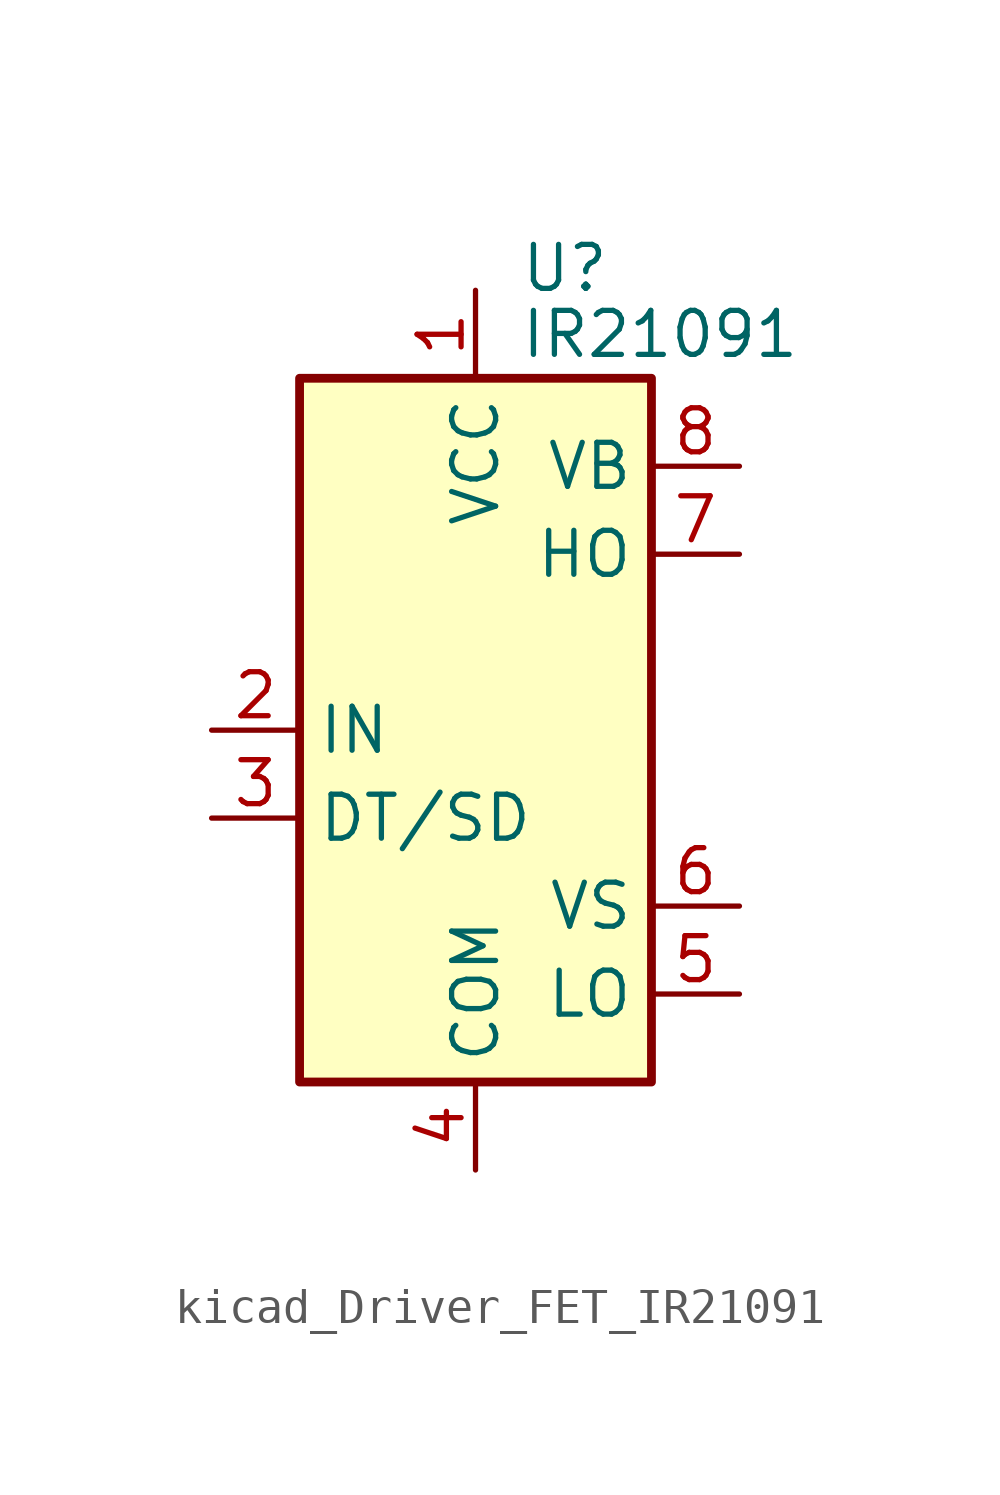
<source format=kicad_sym>
(kicad_symbol_lib
  (version 20220914)
  (generator kicad_symbol_editor)
  (symbol "kicad_Driver_FET_IR21091"
    (property "Reference" "U"
      (at 1.27 13.335 0)
      (effects (font (size 1.27 1.27)) (justify left)))
    (property "Value" "IR21091"
      (at 1.27 11.43 0)
      (effects (font (size 1.27 1.27)) (justify left)))
    (symbol "kicad_Driver_FET_IR21091_0_1"
      (rectangle (start -5.08 -10.16) (end 5.08 10.16) (stroke (width 0.254) (type default)) (fill (type background))))
    (symbol "kicad_Driver_FET_IR21091_1_1"
      (pin power_in line (at 0 12.7 270) (length 2.54) (name "VCC" (effects (font (size 1.27 1.27)))) (number "1" (effects (font (size 1.27 1.27)))))
      (pin input line (at -7.62 0 0) (length 2.54) (name "IN" (effects (font (size 1.27 1.27)))) (number "2" (effects (font (size 1.27 1.27)))))
      (pin input line (at -7.62 -2.54 0) (length 2.54) (name "DT/SD" (effects (font (size 1.27 1.27)))) (number "3" (effects (font (size 1.27 1.27)))))
      (pin power_in line (at 0 -12.7 90) (length 2.54) (name "COM" (effects (font (size 1.27 1.27)))) (number "4" (effects (font (size 1.27 1.27)))))
      (pin output line (at 7.62 -7.62 180) (length 2.54) (name "LO" (effects (font (size 1.27 1.27)))) (number "5" (effects (font (size 1.27 1.27)))))
      (pin passive line (at 7.62 -5.08 180) (length 2.54) (name "VS" (effects (font (size 1.27 1.27)))) (number "6" (effects (font (size 1.27 1.27)))))
      (pin output line (at 7.62 5.08 180) (length 2.54) (name "HO" (effects (font (size 1.27 1.27)))) (number "7" (effects (font (size 1.27 1.27)))))
      (pin passive line (at 7.62 7.62 180) (length 2.54) (name "VB" (effects (font (size 1.27 1.27)))) (number "8" (effects (font (size 1.27 1.27))))))))
</source>
